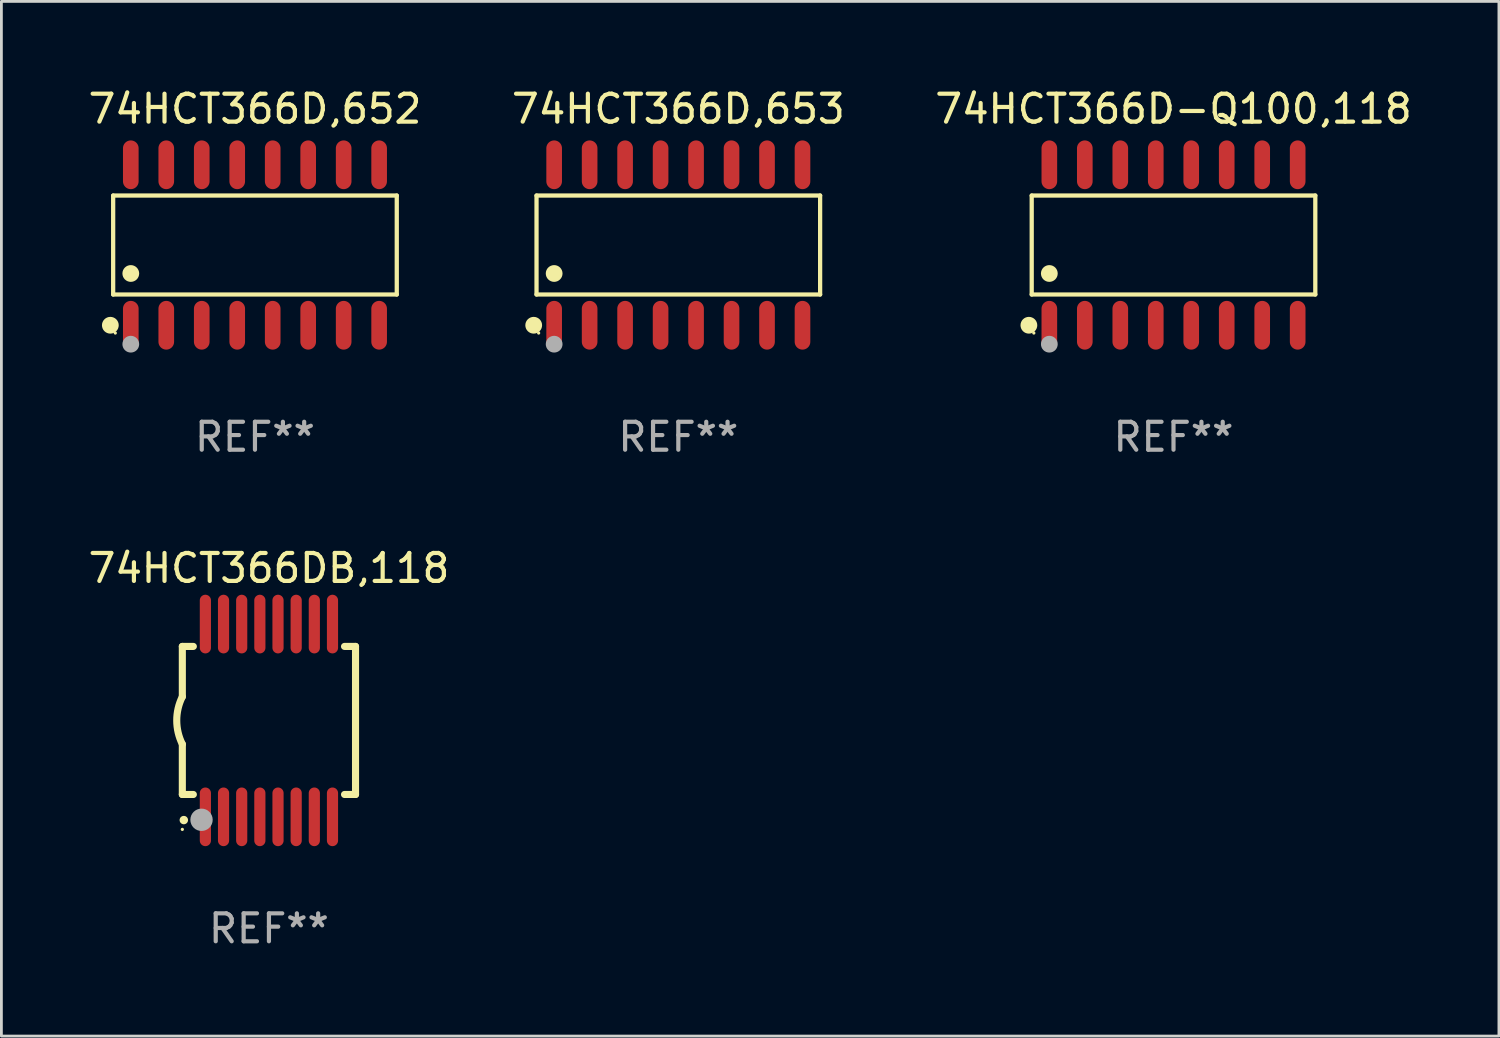
<source format=kicad_pcb>
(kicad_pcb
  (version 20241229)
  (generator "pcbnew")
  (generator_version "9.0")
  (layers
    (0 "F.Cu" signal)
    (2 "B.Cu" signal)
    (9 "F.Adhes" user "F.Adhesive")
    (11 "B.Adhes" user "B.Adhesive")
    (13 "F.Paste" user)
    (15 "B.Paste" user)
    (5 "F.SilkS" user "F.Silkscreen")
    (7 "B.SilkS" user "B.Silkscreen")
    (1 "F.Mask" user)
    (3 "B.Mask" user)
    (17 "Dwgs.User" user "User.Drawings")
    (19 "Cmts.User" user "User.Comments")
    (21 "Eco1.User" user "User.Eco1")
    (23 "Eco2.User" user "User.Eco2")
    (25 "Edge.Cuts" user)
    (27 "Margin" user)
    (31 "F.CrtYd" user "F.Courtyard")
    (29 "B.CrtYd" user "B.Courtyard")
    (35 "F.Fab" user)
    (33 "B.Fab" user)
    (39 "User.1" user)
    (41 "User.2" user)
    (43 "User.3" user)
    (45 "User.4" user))
  (footprint "74HCT366DB,118"
    (layer "F.Cu")
    (at 6.577 22.74)
    (property "Reference" "74HCT366DB,118" (at 0 -5.45 0) (layer "F.SilkS") (effects (font (size 1 1) (thickness 0.15))))
    (attr through_hole)
    (fp_line (start -3.1 -2.65) (end -3.1 -0.85) (stroke (width 0.254) (type solid)) (layer "F.SilkS"))
    (fp_line (start -3.1 -2.65) (end -2.706 -2.65) (stroke (width 0.254) (type solid)) (layer "F.SilkS"))
    (fp_line (start -3.1 2.65) (end -3.1 0.85) (stroke (width 0.254) (type solid)) (layer "F.SilkS"))
    (fp_line (start -3.1 2.65) (end -2.706 2.65) (stroke (width 0.254) (type solid)) (layer "F.SilkS"))
    (fp_line (start 2.706 -2.65) (end 3.1 -2.65) (stroke (width 0.254) (type solid)) (layer "F.SilkS"))
    (fp_line (start 2.706 2.65) (end 3.1 2.65) (stroke (width 0.254) (type solid)) (layer "F.SilkS"))
    (fp_line (start 3.1 -2.65) (end 3.1 2.65) (stroke (width 0.254) (type solid)) (layer "F.SilkS"))
    (fp_arc (start -3.098907 0.850902) (mid -3.300057 0.000523) (end -3.1 -0.850114) (stroke (width 0.254001) (type solid)) (layer "F.SilkS"))
    (fp_arc (start -3.048006 3.566066) (mid -3.046736 3.566061) (end -3.045466 3.566066) (stroke (width 0.3) (type solid)) (layer "F.SilkS"))
    (fp_circle (center -3.1 3.9) (end -3.07 3.9) (stroke (width 0.06) (type solid)) (fill no) (layer "F.SilkS"))
    (fp_circle (center -2.413 3.556) (end -2.213 3.556) (stroke (width 0.4) (type solid)) (fill no) (layer "F.Fab"))
    (fp_text user "REF**" (at 0 7.45 0) (layer "F.Fab") (effects (font (size 1 1) (thickness 0.15))))
    (pad "1" smd oval (at -2.275 3.45 180) (size 0.4 2.1) (layers "F.Cu" "F.Mask" "F.Paste"))
    (pad "2" smd oval (at -1.625 3.45 180) (size 0.4 2.1) (layers "F.Cu" "F.Mask" "F.Paste"))
    (pad "3" smd oval (at -0.975 3.45 180) (size 0.4 2.1) (layers "F.Cu" "F.Mask" "F.Paste"))
    (pad "4" smd oval (at -0.325 3.45 180) (size 0.4 2.1) (layers "F.Cu" "F.Mask" "F.Paste"))
    (pad "5" smd oval (at 0.325 3.45 180) (size 0.4 2.1) (layers "F.Cu" "F.Mask" "F.Paste"))
    (pad "6" smd oval (at 0.975 3.45 180) (size 0.4 2.1) (layers "F.Cu" "F.Mask" "F.Paste"))
    (pad "7" smd oval (at 1.625 3.45 180) (size 0.4 2.1) (layers "F.Cu" "F.Mask" "F.Paste"))
    (pad "8" smd oval (at 2.275 3.45 180) (size 0.4 2.1) (layers "F.Cu" "F.Mask" "F.Paste"))
    (pad "9" smd oval (at 2.275 -3.45 180) (size 0.4 2.1) (layers "F.Cu" "F.Mask" "F.Paste"))
    (pad "10" smd oval (at 1.625 -3.45 180) (size 0.4 2.1) (layers "F.Cu" "F.Mask" "F.Paste"))
    (pad "11" smd oval (at 0.975 -3.45 180) (size 0.4 2.1) (layers "F.Cu" "F.Mask" "F.Paste"))
    (pad "12" smd oval (at 0.325 -3.45 180) (size 0.4 2.1) (layers "F.Cu" "F.Mask" "F.Paste"))
    (pad "13" smd oval (at -0.325 -3.45 180) (size 0.4 2.1) (layers "F.Cu" "F.Mask" "F.Paste"))
    (pad "14" smd oval (at -0.975 -3.45 180) (size 0.4 2.1) (layers "F.Cu" "F.Mask" "F.Paste"))
    (pad "15" smd oval (at -1.625 -3.45 180) (size 0.4 2.1) (layers "F.Cu" "F.Mask" "F.Paste"))
    (pad "16" smd oval (at -2.275 -3.45 180) (size 0.4 2.1) (layers "F.Cu" "F.Mask" "F.Paste")))
  (footprint "74HCT366D-Q100,118"
    (layer "F.Cu")
    (at 38.958 5.721)
    (property "Reference" "74HCT366D-Q100,118" (at 0 -4.872 0) (layer "F.SilkS") (effects (font (size 1 1) (thickness 0.15))))
    (attr through_hole)
    (fp_line (start -5.076 -1.771) (end 5.076 -1.771) (stroke (width 0.152) (type solid)) (layer "F.SilkS"))
    (fp_line (start -5.076 1.771) (end -5.076 -1.771) (stroke (width 0.152) (type solid)) (layer "F.SilkS"))
    (fp_line (start 5.076 -1.771) (end 5.076 1.771) (stroke (width 0.152) (type solid)) (layer "F.SilkS"))
    (fp_line (start 5.076 1.771) (end -5.076 1.771) (stroke (width 0.152) (type solid)) (layer "F.SilkS"))
    (fp_circle (center -5.177 2.872) (end -5.027 2.872) (stroke (width 0.3) (type solid)) (fill no) (layer "F.SilkS"))
    (fp_circle (center -5 3.15) (end -4.97 3.15) (stroke (width 0.06) (type solid)) (fill no) (layer "F.SilkS"))
    (fp_circle (center -4.445 1.019) (end -4.295 1.019) (stroke (width 0.3) (type solid)) (fill no) (layer "F.SilkS"))
    (fp_circle (center -4.445 3.55) (end -4.295 3.55) (stroke (width 0.3) (type solid)) (fill no) (layer "F.Fab"))
    (fp_text user "REF**" (at 0 6.872 0) (layer "F.Fab") (effects (font (size 1 1) (thickness 0.15))))
    (pad "1" smd oval (at -4.445 2.872) (size 0.56 1.745) (layers "F.Cu" "F.Mask" "F.Paste"))
    (pad "2" smd oval (at -3.175 2.872) (size 0.56 1.745) (layers "F.Cu" "F.Mask" "F.Paste"))
    (pad "3" smd oval (at -1.905 2.872) (size 0.56 1.745) (layers "F.Cu" "F.Mask" "F.Paste"))
    (pad "4" smd oval (at -0.635 2.872) (size 0.56 1.745) (layers "F.Cu" "F.Mask" "F.Paste"))
    (pad "5" smd oval (at 0.635 2.872) (size 0.56 1.745) (layers "F.Cu" "F.Mask" "F.Paste"))
    (pad "6" smd oval (at 1.905 2.872) (size 0.56 1.745) (layers "F.Cu" "F.Mask" "F.Paste"))
    (pad "7" smd oval (at 3.175 2.872) (size 0.56 1.745) (layers "F.Cu" "F.Mask" "F.Paste"))
    (pad "8" smd oval (at 4.445 2.872) (size 0.56 1.745) (layers "F.Cu" "F.Mask" "F.Paste"))
    (pad "9" smd oval (at 4.445 -2.872) (size 0.56 1.745) (layers "F.Cu" "F.Mask" "F.Paste"))
    (pad "10" smd oval (at 3.175 -2.872) (size 0.56 1.745) (layers "F.Cu" "F.Mask" "F.Paste"))
    (pad "11" smd oval (at 1.905 -2.872) (size 0.56 1.745) (layers "F.Cu" "F.Mask" "F.Paste"))
    (pad "12" smd oval (at 0.635 -2.872) (size 0.56 1.745) (layers "F.Cu" "F.Mask" "F.Paste"))
    (pad "13" smd oval (at -0.635 -2.872) (size 0.56 1.745) (layers "F.Cu" "F.Mask" "F.Paste"))
    (pad "14" smd oval (at -1.905 -2.872) (size 0.56 1.745) (layers "F.Cu" "F.Mask" "F.Paste"))
    (pad "15" smd oval (at -3.175 -2.872) (size 0.56 1.745) (layers "F.Cu" "F.Mask" "F.Paste"))
    (pad "16" smd oval (at -4.445 -2.872) (size 0.56 1.745) (layers "F.Cu" "F.Mask" "F.Paste")))
  (footprint "74HCT366D,653"
    (layer "F.Cu")
    (at 21.232 5.721)
    (property "Reference" "74HCT366D,653" (at 0 -4.872 0) (layer "F.SilkS") (effects (font (size 1 1) (thickness 0.15))))
    (attr through_hole)
    (fp_line (start -5.076 -1.771) (end 5.076 -1.771) (stroke (width 0.152) (type solid)) (layer "F.SilkS"))
    (fp_line (start -5.076 1.771) (end -5.076 -1.771) (stroke (width 0.152) (type solid)) (layer "F.SilkS"))
    (fp_line (start 5.076 -1.771) (end 5.076 1.771) (stroke (width 0.152) (type solid)) (layer "F.SilkS"))
    (fp_line (start 5.076 1.771) (end -5.076 1.771) (stroke (width 0.152) (type solid)) (layer "F.SilkS"))
    (fp_circle (center -5.177 2.872) (end -5.027 2.872) (stroke (width 0.3) (type solid)) (fill no) (layer "F.SilkS"))
    (fp_circle (center -5 3.15) (end -4.97 3.15) (stroke (width 0.06) (type solid)) (fill no) (layer "F.SilkS"))
    (fp_circle (center -4.445 1.019) (end -4.295 1.019) (stroke (width 0.3) (type solid)) (fill no) (layer "F.SilkS"))
    (fp_circle (center -4.445 3.55) (end -4.295 3.55) (stroke (width 0.3) (type solid)) (fill no) (layer "F.Fab"))
    (fp_text user "REF**" (at 0 6.872 0) (layer "F.Fab") (effects (font (size 1 1) (thickness 0.15))))
    (pad "1" smd oval (at -4.445 2.872) (size 0.56 1.745) (layers "F.Cu" "F.Mask" "F.Paste"))
    (pad "2" smd oval (at -3.175 2.872) (size 0.56 1.745) (layers "F.Cu" "F.Mask" "F.Paste"))
    (pad "3" smd oval (at -1.905 2.872) (size 0.56 1.745) (layers "F.Cu" "F.Mask" "F.Paste"))
    (pad "4" smd oval (at -0.635 2.872) (size 0.56 1.745) (layers "F.Cu" "F.Mask" "F.Paste"))
    (pad "5" smd oval (at 0.635 2.872) (size 0.56 1.745) (layers "F.Cu" "F.Mask" "F.Paste"))
    (pad "6" smd oval (at 1.905 2.872) (size 0.56 1.745) (layers "F.Cu" "F.Mask" "F.Paste"))
    (pad "7" smd oval (at 3.175 2.872) (size 0.56 1.745) (layers "F.Cu" "F.Mask" "F.Paste"))
    (pad "8" smd oval (at 4.445 2.872) (size 0.56 1.745) (layers "F.Cu" "F.Mask" "F.Paste"))
    (pad "9" smd oval (at 4.445 -2.872) (size 0.56 1.745) (layers "F.Cu" "F.Mask" "F.Paste"))
    (pad "10" smd oval (at 3.175 -2.872) (size 0.56 1.745) (layers "F.Cu" "F.Mask" "F.Paste"))
    (pad "11" smd oval (at 1.905 -2.872) (size 0.56 1.745) (layers "F.Cu" "F.Mask" "F.Paste"))
    (pad "12" smd oval (at 0.635 -2.872) (size 0.56 1.745) (layers "F.Cu" "F.Mask" "F.Paste"))
    (pad "13" smd oval (at -0.635 -2.872) (size 0.56 1.745) (layers "F.Cu" "F.Mask" "F.Paste"))
    (pad "14" smd oval (at -1.905 -2.872) (size 0.56 1.745) (layers "F.Cu" "F.Mask" "F.Paste"))
    (pad "15" smd oval (at -3.175 -2.872) (size 0.56 1.745) (layers "F.Cu" "F.Mask" "F.Paste"))
    (pad "16" smd oval (at -4.445 -2.872) (size 0.56 1.745) (layers "F.Cu" "F.Mask" "F.Paste")))
  (footprint "74HCT366D,652"
    (layer "F.Cu")
    (at 6.077 5.721)
    (property "Reference" "74HCT366D,652" (at 0 -4.872 0) (layer "F.SilkS") (effects (font (size 1 1) (thickness 0.15))))
    (attr through_hole)
    (fp_line (start -5.076 -1.771) (end 5.076 -1.771) (stroke (width 0.152) (type solid)) (layer "F.SilkS"))
    (fp_line (start -5.076 1.771) (end -5.076 -1.771) (stroke (width 0.152) (type solid)) (layer "F.SilkS"))
    (fp_line (start 5.076 -1.771) (end 5.076 1.771) (stroke (width 0.152) (type solid)) (layer "F.SilkS"))
    (fp_line (start 5.076 1.771) (end -5.076 1.771) (stroke (width 0.152) (type solid)) (layer "F.SilkS"))
    (fp_circle (center -5.177 2.872) (end -5.027 2.872) (stroke (width 0.3) (type solid)) (fill no) (layer "F.SilkS"))
    (fp_circle (center -5 3.15) (end -4.97 3.15) (stroke (width 0.06) (type solid)) (fill no) (layer "F.SilkS"))
    (fp_circle (center -4.445 1.019) (end -4.295 1.019) (stroke (width 0.3) (type solid)) (fill no) (layer "F.SilkS"))
    (fp_circle (center -4.445 3.55) (end -4.295 3.55) (stroke (width 0.3) (type solid)) (fill no) (layer "F.Fab"))
    (fp_text user "REF**" (at 0 6.872 0) (layer "F.Fab") (effects (font (size 1 1) (thickness 0.15))))
    (pad "1" smd oval (at -4.445 2.872) (size 0.56 1.745) (layers "F.Cu" "F.Mask" "F.Paste"))
    (pad "2" smd oval (at -3.175 2.872) (size 0.56 1.745) (layers "F.Cu" "F.Mask" "F.Paste"))
    (pad "3" smd oval (at -1.905 2.872) (size 0.56 1.745) (layers "F.Cu" "F.Mask" "F.Paste"))
    (pad "4" smd oval (at -0.635 2.872) (size 0.56 1.745) (layers "F.Cu" "F.Mask" "F.Paste"))
    (pad "5" smd oval (at 0.635 2.872) (size 0.56 1.745) (layers "F.Cu" "F.Mask" "F.Paste"))
    (pad "6" smd oval (at 1.905 2.872) (size 0.56 1.745) (layers "F.Cu" "F.Mask" "F.Paste"))
    (pad "7" smd oval (at 3.175 2.872) (size 0.56 1.745) (layers "F.Cu" "F.Mask" "F.Paste"))
    (pad "8" smd oval (at 4.445 2.872) (size 0.56 1.745) (layers "F.Cu" "F.Mask" "F.Paste"))
    (pad "9" smd oval (at 4.445 -2.872) (size 0.56 1.745) (layers "F.Cu" "F.Mask" "F.Paste"))
    (pad "10" smd oval (at 3.175 -2.872) (size 0.56 1.745) (layers "F.Cu" "F.Mask" "F.Paste"))
    (pad "11" smd oval (at 1.905 -2.872) (size 0.56 1.745) (layers "F.Cu" "F.Mask" "F.Paste"))
    (pad "12" smd oval (at 0.635 -2.872) (size 0.56 1.745) (layers "F.Cu" "F.Mask" "F.Paste"))
    (pad "13" smd oval (at -0.635 -2.872) (size 0.56 1.745) (layers "F.Cu" "F.Mask" "F.Paste"))
    (pad "14" smd oval (at -1.905 -2.872) (size 0.56 1.745) (layers "F.Cu" "F.Mask" "F.Paste"))
    (pad "15" smd oval (at -3.175 -2.872) (size 0.56 1.745) (layers "F.Cu" "F.Mask" "F.Paste"))
    (pad "16" smd oval (at -4.445 -2.872) (size 0.56 1.745) (layers "F.Cu" "F.Mask" "F.Paste")))
  (gr_rect
    (start -3 -3)
    (end 50.607 34.038)
    (stroke (width 0.1) (type default))
    (fill no)
    (layer "Edge.Cuts")))
</source>
